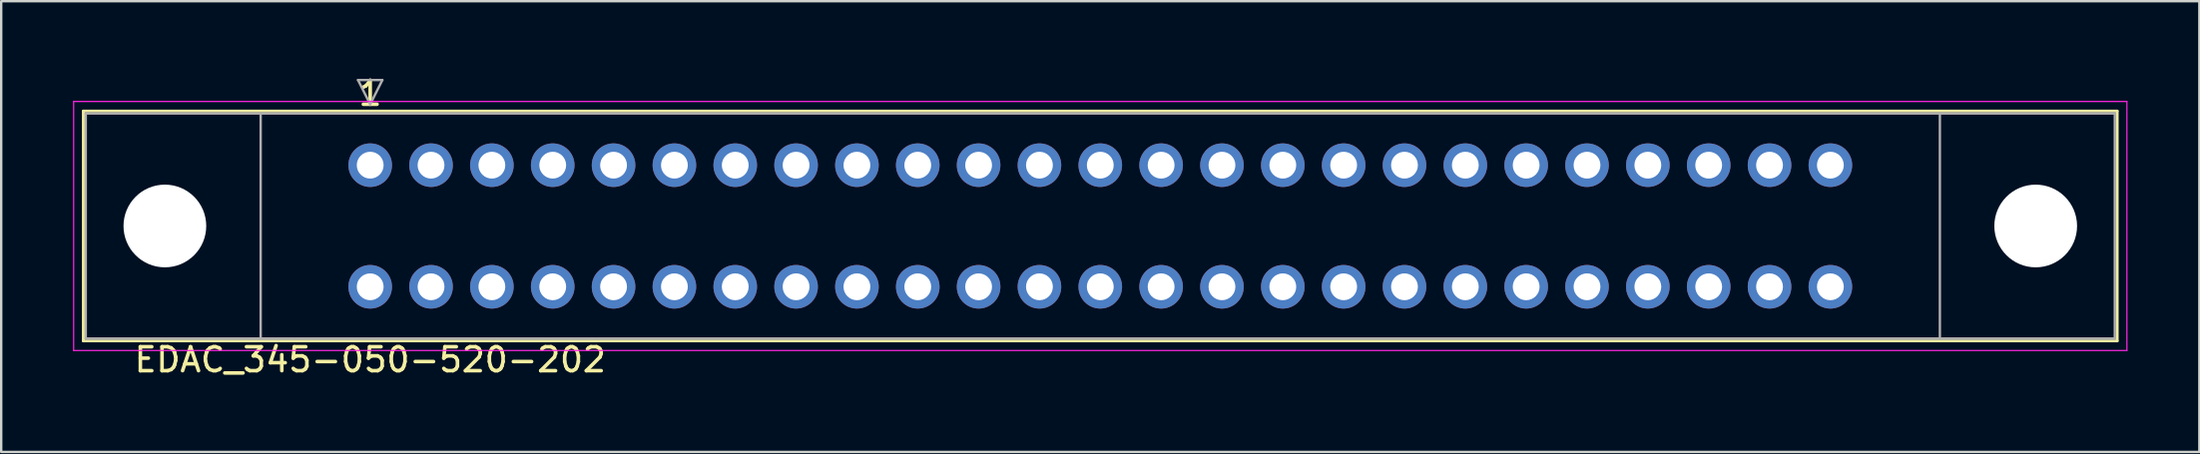
<source format=kicad_pcb>
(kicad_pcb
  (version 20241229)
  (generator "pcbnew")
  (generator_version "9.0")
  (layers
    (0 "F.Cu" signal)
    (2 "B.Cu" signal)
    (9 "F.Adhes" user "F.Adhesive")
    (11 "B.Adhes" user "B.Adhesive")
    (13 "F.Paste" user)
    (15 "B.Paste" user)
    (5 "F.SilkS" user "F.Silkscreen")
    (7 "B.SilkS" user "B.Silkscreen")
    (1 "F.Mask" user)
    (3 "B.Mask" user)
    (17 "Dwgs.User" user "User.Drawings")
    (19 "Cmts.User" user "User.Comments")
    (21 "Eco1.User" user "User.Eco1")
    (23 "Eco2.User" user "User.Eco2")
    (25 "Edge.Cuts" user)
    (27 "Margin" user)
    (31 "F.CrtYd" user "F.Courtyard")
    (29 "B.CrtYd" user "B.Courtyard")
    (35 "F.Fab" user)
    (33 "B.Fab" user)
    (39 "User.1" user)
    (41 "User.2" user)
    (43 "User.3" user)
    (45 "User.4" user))
  (footprint "EDAC_345-050-520-202"
    (layer "F.Cu")
    (at 12.405 3.848)
    (property "Reference" "EDAC_345-050-520-202" (at 0 8.128 0) (layer "F.SilkS") (effects (font (size 1 1) (thickness 0.15))))
    (attr through_hole)
    (fp_line (start -11.975 -2.259) (end 72.934 -2.259) (stroke (width 0.12) (type solid)) (layer "F.SilkS"))
    (fp_line (start -11.975 7.339) (end -11.975 -2.259) (stroke (width 0.12) (type solid)) (layer "F.SilkS"))
    (fp_line (start 72.934 -2.259) (end 72.934 7.339) (stroke (width 0.12) (type solid)) (layer "F.SilkS"))
    (fp_line (start 72.934 7.339) (end -11.975 7.339) (stroke (width 0.12) (type solid)) (layer "F.SilkS"))
    (fp_line (start -12.38 -2.66) (end -12.38 7.74) (stroke (width 0.05) (type solid)) (layer "F.CrtYd"))
    (fp_line (start -12.38 -2.66) (end 73.34 -2.66) (stroke (width 0.05) (type solid)) (layer "F.CrtYd"))
    (fp_line (start 73.34 7.74) (end -12.38 7.74) (stroke (width 0.05) (type solid)) (layer "F.CrtYd"))
    (fp_line (start 73.34 7.74) (end 73.34 -2.66) (stroke (width 0.05) (type solid)) (layer "F.CrtYd"))
    (fp_line (start -11.874 -2.159) (end 72.835 -2.159) (stroke (width 0.1) (type solid)) (layer "F.Fab"))
    (fp_line (start -11.874 7.239) (end -11.874 -2.159) (stroke (width 0.1) (type solid)) (layer "F.Fab"))
    (fp_line (start -4.572 -2.159) (end -4.572 7.239) (stroke (width 0.1) (type solid)) (layer "F.Fab"))
    (fp_line (start -0.508 -3.556) (end 0 -2.54) (stroke (width 0.1) (type solid)) (layer "F.Fab"))
    (fp_line (start 0 -2.54) (end 0.508 -3.556) (stroke (width 0.1) (type solid)) (layer "F.Fab"))
    (fp_line (start 0.508 -3.556) (end -0.508 -3.556) (stroke (width 0.1) (type solid)) (layer "F.Fab"))
    (fp_line (start 65.532 -2.159) (end 65.532 7.239) (stroke (width 0.1) (type solid)) (layer "F.Fab"))
    (fp_line (start 72.835 -2.159) (end 72.835 7.239) (stroke (width 0.1) (type solid)) (layer "F.Fab"))
    (fp_line (start 72.835 7.239) (end -11.874 7.239) (stroke (width 0.1) (type solid)) (layer "F.Fab"))
    (fp_text user "1" (at 0 -3 0) (layer "F.SilkS") (effects (font (size 1 1) (thickness 0.15))))
    (pad "" np_thru_hole circle (at -8.572 2.54) (size 3.454 3.454) (drill 3.454) (layers "*.Cu" "*.Mask"))
    (pad "" np_thru_hole circle (at 69.532 2.54) (size 3.454 3.454) (drill 3.454) (layers "*.Cu" "*.Mask"))
    (pad "1" thru_hole circle (at 0 0) (size 1.82 1.82) (drill 1.12) (layers "*.Cu" "*.Mask"))
    (pad "2" thru_hole circle (at 0 5.08) (size 1.82 1.82) (drill 1.12) (layers "*.Cu" "*.Mask"))
    (pad "3" thru_hole circle (at 2.54 0) (size 1.82 1.82) (drill 1.12) (layers "*.Cu" "*.Mask"))
    (pad "4" thru_hole circle (at 2.54 5.08) (size 1.82 1.82) (drill 1.12) (layers "*.Cu" "*.Mask"))
    (pad "5" thru_hole circle (at 5.08 0) (size 1.82 1.82) (drill 1.12) (layers "*.Cu" "*.Mask"))
    (pad "6" thru_hole circle (at 5.08 5.08) (size 1.82 1.82) (drill 1.12) (layers "*.Cu" "*.Mask"))
    (pad "7" thru_hole circle (at 7.62 0) (size 1.82 1.82) (drill 1.12) (layers "*.Cu" "*.Mask"))
    (pad "8" thru_hole circle (at 7.62 5.08) (size 1.82 1.82) (drill 1.12) (layers "*.Cu" "*.Mask"))
    (pad "9" thru_hole circle (at 10.16 0) (size 1.82 1.82) (drill 1.12) (layers "*.Cu" "*.Mask"))
    (pad "10" thru_hole circle (at 10.16 5.08) (size 1.82 1.82) (drill 1.12) (layers "*.Cu" "*.Mask"))
    (pad "11" thru_hole circle (at 12.7 0) (size 1.82 1.82) (drill 1.12) (layers "*.Cu" "*.Mask"))
    (pad "12" thru_hole circle (at 12.7 5.08) (size 1.82 1.82) (drill 1.12) (layers "*.Cu" "*.Mask"))
    (pad "13" thru_hole circle (at 15.24 0) (size 1.82 1.82) (drill 1.12) (layers "*.Cu" "*.Mask"))
    (pad "14" thru_hole circle (at 15.24 5.08) (size 1.82 1.82) (drill 1.12) (layers "*.Cu" "*.Mask"))
    (pad "15" thru_hole circle (at 17.78 0) (size 1.82 1.82) (drill 1.12) (layers "*.Cu" "*.Mask"))
    (pad "16" thru_hole circle (at 17.78 5.08) (size 1.82 1.82) (drill 1.12) (layers "*.Cu" "*.Mask"))
    (pad "17" thru_hole circle (at 20.32 0) (size 1.82 1.82) (drill 1.12) (layers "*.Cu" "*.Mask"))
    (pad "18" thru_hole circle (at 20.32 5.08) (size 1.82 1.82) (drill 1.12) (layers "*.Cu" "*.Mask"))
    (pad "19" thru_hole circle (at 22.86 0) (size 1.82 1.82) (drill 1.12) (layers "*.Cu" "*.Mask"))
    (pad "20" thru_hole circle (at 22.86 5.08) (size 1.82 1.82) (drill 1.12) (layers "*.Cu" "*.Mask"))
    (pad "21" thru_hole circle (at 25.4 0) (size 1.82 1.82) (drill 1.12) (layers "*.Cu" "*.Mask"))
    (pad "22" thru_hole circle (at 25.4 5.08) (size 1.82 1.82) (drill 1.12) (layers "*.Cu" "*.Mask"))
    (pad "23" thru_hole circle (at 27.94 0) (size 1.82 1.82) (drill 1.12) (layers "*.Cu" "*.Mask"))
    (pad "24" thru_hole circle (at 27.94 5.08) (size 1.82 1.82) (drill 1.12) (layers "*.Cu" "*.Mask"))
    (pad "25" thru_hole circle (at 30.48 0) (size 1.82 1.82) (drill 1.12) (layers "*.Cu" "*.Mask"))
    (pad "26" thru_hole circle (at 30.48 5.08) (size 1.82 1.82) (drill 1.12) (layers "*.Cu" "*.Mask"))
    (pad "27" thru_hole circle (at 33.02 0) (size 1.82 1.82) (drill 1.12) (layers "*.Cu" "*.Mask"))
    (pad "28" thru_hole circle (at 33.02 5.08) (size 1.82 1.82) (drill 1.12) (layers "*.Cu" "*.Mask"))
    (pad "29" thru_hole circle (at 35.56 0) (size 1.82 1.82) (drill 1.12) (layers "*.Cu" "*.Mask"))
    (pad "30" thru_hole circle (at 35.56 5.08) (size 1.82 1.82) (drill 1.12) (layers "*.Cu" "*.Mask"))
    (pad "31" thru_hole circle (at 38.1 0) (size 1.82 1.82) (drill 1.12) (layers "*.Cu" "*.Mask"))
    (pad "32" thru_hole circle (at 38.1 5.08) (size 1.82 1.82) (drill 1.12) (layers "*.Cu" "*.Mask"))
    (pad "33" thru_hole circle (at 40.64 0) (size 1.82 1.82) (drill 1.12) (layers "*.Cu" "*.Mask"))
    (pad "34" thru_hole circle (at 40.64 5.08) (size 1.82 1.82) (drill 1.12) (layers "*.Cu" "*.Mask"))
    (pad "35" thru_hole circle (at 43.18 0) (size 1.82 1.82) (drill 1.12) (layers "*.Cu" "*.Mask"))
    (pad "36" thru_hole circle (at 43.18 5.08) (size 1.82 1.82) (drill 1.12) (layers "*.Cu" "*.Mask"))
    (pad "37" thru_hole circle (at 45.72 0) (size 1.82 1.82) (drill 1.12) (layers "*.Cu" "*.Mask"))
    (pad "38" thru_hole circle (at 45.72 5.08) (size 1.82 1.82) (drill 1.12) (layers "*.Cu" "*.Mask"))
    (pad "39" thru_hole circle (at 48.26 0) (size 1.82 1.82) (drill 1.12) (layers "*.Cu" "*.Mask"))
    (pad "40" thru_hole circle (at 48.26 5.08) (size 1.82 1.82) (drill 1.12) (layers "*.Cu" "*.Mask"))
    (pad "41" thru_hole circle (at 50.8 0) (size 1.82 1.82) (drill 1.12) (layers "*.Cu" "*.Mask"))
    (pad "42" thru_hole circle (at 50.8 5.08) (size 1.82 1.82) (drill 1.12) (layers "*.Cu" "*.Mask"))
    (pad "43" thru_hole circle (at 53.34 0) (size 1.82 1.82) (drill 1.12) (layers "*.Cu" "*.Mask"))
    (pad "44" thru_hole circle (at 53.34 5.08) (size 1.82 1.82) (drill 1.12) (layers "*.Cu" "*.Mask"))
    (pad "45" thru_hole circle (at 55.88 0) (size 1.82 1.82) (drill 1.12) (layers "*.Cu" "*.Mask"))
    (pad "46" thru_hole circle (at 55.88 5.08) (size 1.82 1.82) (drill 1.12) (layers "*.Cu" "*.Mask"))
    (pad "47" thru_hole circle (at 58.42 0) (size 1.82 1.82) (drill 1.12) (layers "*.Cu" "*.Mask"))
    (pad "48" thru_hole circle (at 58.42 5.08) (size 1.82 1.82) (drill 1.12) (layers "*.Cu" "*.Mask"))
    (pad "49" thru_hole circle (at 60.96 0) (size 1.82 1.82) (drill 1.12) (layers "*.Cu" "*.Mask"))
    (pad "50" thru_hole circle (at 60.96 5.08) (size 1.82 1.82) (drill 1.12) (layers "*.Cu" "*.Mask")))
  (gr_rect
    (start -3 -3)
    (end 88.77 15.825)
    (stroke (width 0.1) (type default))
    (fill no)
    (layer "Edge.Cuts")))
</source>
